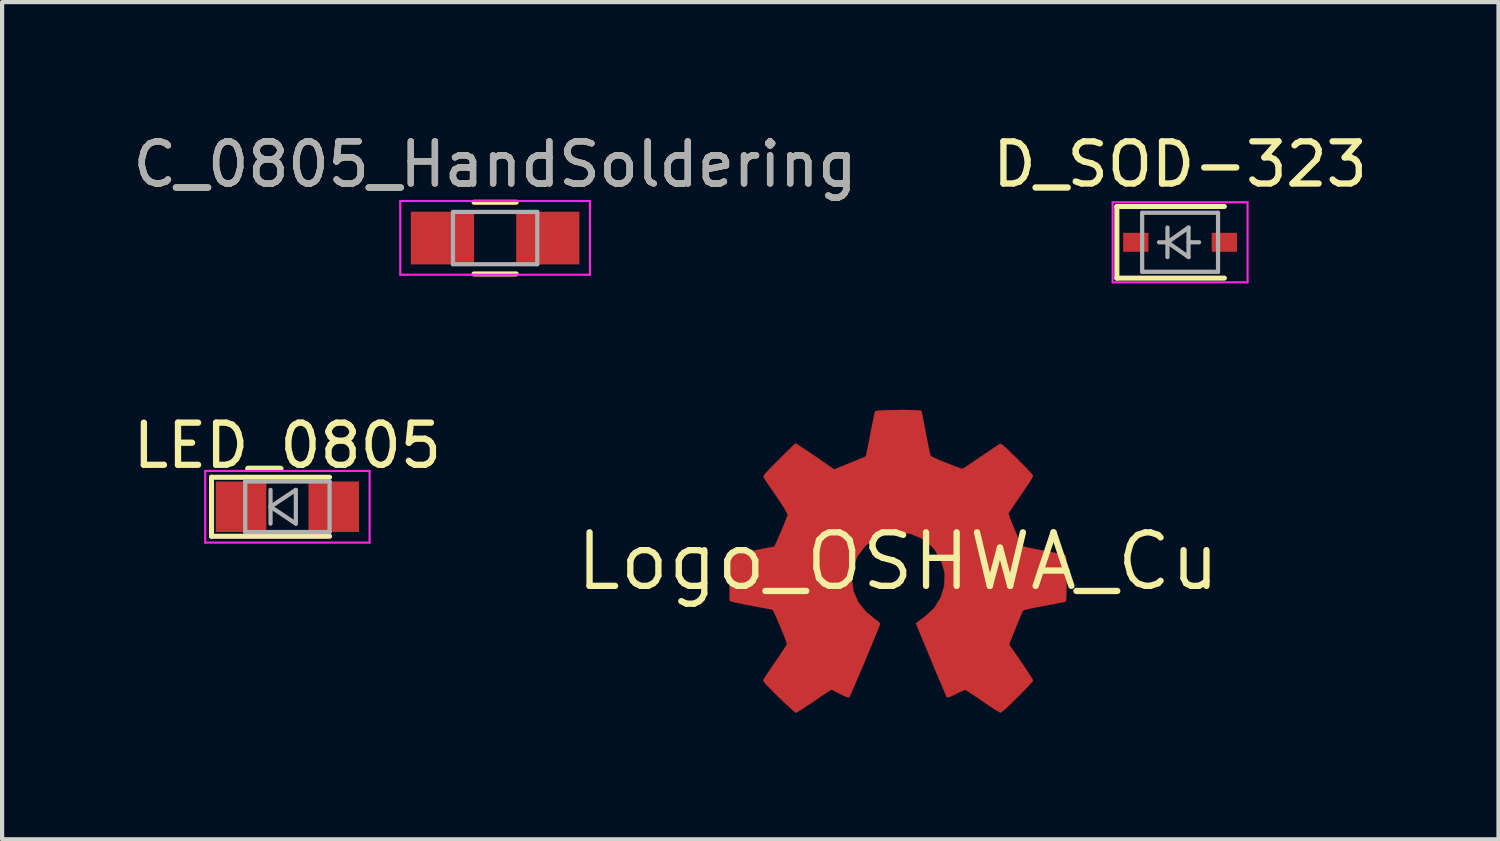
<source format=kicad_pcb>
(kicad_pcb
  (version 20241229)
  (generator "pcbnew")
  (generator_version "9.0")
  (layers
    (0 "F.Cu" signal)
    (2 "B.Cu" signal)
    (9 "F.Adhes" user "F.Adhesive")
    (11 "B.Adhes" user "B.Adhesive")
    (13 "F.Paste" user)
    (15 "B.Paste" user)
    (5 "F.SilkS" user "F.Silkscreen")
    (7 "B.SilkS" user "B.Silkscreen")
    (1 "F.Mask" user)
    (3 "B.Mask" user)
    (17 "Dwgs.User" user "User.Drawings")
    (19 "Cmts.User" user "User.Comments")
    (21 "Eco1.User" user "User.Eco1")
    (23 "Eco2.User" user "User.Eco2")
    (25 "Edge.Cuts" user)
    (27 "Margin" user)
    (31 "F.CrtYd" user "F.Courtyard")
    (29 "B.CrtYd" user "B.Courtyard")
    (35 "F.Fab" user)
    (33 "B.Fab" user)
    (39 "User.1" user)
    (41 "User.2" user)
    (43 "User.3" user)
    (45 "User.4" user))
  (footprint "C_0805_HandSoldering"
    (layer "F.Cu")
    (at 8.696 2.598)
    (property "Reference" "C_0805_HandSoldering" (at 0 -1.75 0) (layer "F.SilkS") (effects (font (size 1 1) (thickness 0.15))))
    (attr smd)
    (fp_line (start -0.5 0.85) (end 0.5 0.85) (stroke (width 0.12) (type solid)) (layer "F.SilkS"))
    (fp_line (start 0.5 -0.85) (end -0.5 -0.85) (stroke (width 0.12) (type solid)) (layer "F.SilkS"))
    (fp_line (start -2.25 -0.88) (end -2.25 0.87) (stroke (width 0.05) (type solid)) (layer "F.CrtYd"))
    (fp_line (start -2.25 -0.88) (end 2.25 -0.88) (stroke (width 0.05) (type solid)) (layer "F.CrtYd"))
    (fp_line (start 2.25 0.87) (end -2.25 0.87) (stroke (width 0.05) (type solid)) (layer "F.CrtYd"))
    (fp_line (start 2.25 0.87) (end 2.25 -0.88) (stroke (width 0.05) (type solid)) (layer "F.CrtYd"))
    (fp_line (start -1 -0.62) (end 1 -0.62) (stroke (width 0.1) (type solid)) (layer "F.Fab"))
    (fp_line (start -1 0.62) (end -1 -0.62) (stroke (width 0.1) (type solid)) (layer "F.Fab"))
    (fp_line (start 1 -0.62) (end 1 0.62) (stroke (width 0.1) (type solid)) (layer "F.Fab"))
    (fp_line (start 1 0.62) (end -1 0.62) (stroke (width 0.1) (type solid)) (layer "F.Fab"))
    (fp_text user "${REFERENCE}" (at 0 -1.75 0) (layer "F.Fab") (effects (font (size 1 1) (thickness 0.15))))
    (pad "1" smd rect (at -1.25 0) (size 1.5 1.25) (layers "F.Cu" "F.Mask" "F.Paste"))
    (pad "2" smd rect (at 1.25 0) (size 1.5 1.25) (layers "F.Cu" "F.Mask" "F.Paste")))
  (footprint "D_SOD-323"
    (layer "F.Cu")
    (at 24.946 2.698)
    (property "Reference" "D_SOD-323" (at 0 -1.85 0) (layer "F.SilkS") (effects (font (size 1 1) (thickness 0.15))))
    (attr smd)
    (fp_line (start -1.5 -0.85) (end -1.5 0.85) (stroke (width 0.12) (type solid)) (layer "F.SilkS"))
    (fp_line (start -1.5 -0.85) (end 1.05 -0.85) (stroke (width 0.12) (type solid)) (layer "F.SilkS"))
    (fp_line (start -1.5 0.85) (end 1.05 0.85) (stroke (width 0.12) (type solid)) (layer "F.SilkS"))
    (fp_line (start -1.6 -0.95) (end -1.6 0.95) (stroke (width 0.05) (type solid)) (layer "F.CrtYd"))
    (fp_line (start -1.6 -0.95) (end 1.6 -0.95) (stroke (width 0.05) (type solid)) (layer "F.CrtYd"))
    (fp_line (start -1.6 0.95) (end 1.6 0.95) (stroke (width 0.05) (type solid)) (layer "F.CrtYd"))
    (fp_line (start 1.6 -0.95) (end 1.6 0.95) (stroke (width 0.05) (type solid)) (layer "F.CrtYd"))
    (fp_line (start -0.9 -0.7) (end 0.9 -0.7) (stroke (width 0.1) (type solid)) (layer "F.Fab"))
    (fp_line (start -0.9 0.7) (end -0.9 -0.7) (stroke (width 0.1) (type solid)) (layer "F.Fab"))
    (fp_line (start -0.3 -0.35) (end -0.3 0.35) (stroke (width 0.1) (type solid)) (layer "F.Fab"))
    (fp_line (start -0.3 0) (end -0.5 0) (stroke (width 0.1) (type solid)) (layer "F.Fab"))
    (fp_line (start -0.3 0) (end 0.2 -0.35) (stroke (width 0.1) (type solid)) (layer "F.Fab"))
    (fp_line (start 0.2 -0.35) (end 0.2 0.35) (stroke (width 0.1) (type solid)) (layer "F.Fab"))
    (fp_line (start 0.2 0) (end 0.45 0) (stroke (width 0.1) (type solid)) (layer "F.Fab"))
    (fp_line (start 0.2 0.35) (end -0.3 0) (stroke (width 0.1) (type solid)) (layer "F.Fab"))
    (fp_line (start 0.9 -0.7) (end 0.9 0.7) (stroke (width 0.1) (type solid)) (layer "F.Fab"))
    (fp_line (start 0.9 0.7) (end -0.9 0.7) (stroke (width 0.1) (type solid)) (layer "F.Fab"))
    (pad "1" smd rect (at -1.05 0) (size 0.6 0.45) (layers "F.Cu" "F.Mask" "F.Paste"))
    (pad "2" smd rect (at 1.05 0) (size 0.6 0.45) (layers "F.Cu" "F.Mask" "F.Paste")))
  (footprint "LED_0805"
    (layer "F.Cu")
    (at 3.768 8.972)
    (property "Reference" "LED_0805" (at 0 -1.45 0) (layer "F.SilkS") (effects (font (size 1 1) (thickness 0.15))))
    (attr smd)
    (fp_line (start -1.8 -0.7) (end -1.8 0.7) (stroke (width 0.12) (type solid)) (layer "F.SilkS"))
    (fp_line (start -1.8 -0.7) (end 1 -0.7) (stroke (width 0.12) (type solid)) (layer "F.SilkS"))
    (fp_line (start -1.8 0.7) (end 1 0.7) (stroke (width 0.12) (type solid)) (layer "F.SilkS"))
    (fp_line (start -1.95 -0.85) (end 1.95 -0.85) (stroke (width 0.05) (type solid)) (layer "F.CrtYd"))
    (fp_line (start -1.95 0.85) (end -1.95 -0.85) (stroke (width 0.05) (type solid)) (layer "F.CrtYd"))
    (fp_line (start 1.95 -0.85) (end 1.95 0.85) (stroke (width 0.05) (type solid)) (layer "F.CrtYd"))
    (fp_line (start 1.95 0.85) (end -1.95 0.85) (stroke (width 0.05) (type solid)) (layer "F.CrtYd"))
    (fp_line (start -1 -0.6) (end 1 -0.6) (stroke (width 0.1) (type solid)) (layer "F.Fab"))
    (fp_line (start -1 0.6) (end -1 -0.6) (stroke (width 0.1) (type solid)) (layer "F.Fab"))
    (fp_line (start -0.4 -0.4) (end -0.4 0.4) (stroke (width 0.1) (type solid)) (layer "F.Fab"))
    (fp_line (start -0.4 0) (end 0.2 -0.4) (stroke (width 0.1) (type solid)) (layer "F.Fab"))
    (fp_line (start 0.2 -0.4) (end 0.2 0.4) (stroke (width 0.1) (type solid)) (layer "F.Fab"))
    (fp_line (start 0.2 0.4) (end -0.4 0) (stroke (width 0.1) (type solid)) (layer "F.Fab"))
    (fp_line (start 1 -0.6) (end 1 0.6) (stroke (width 0.1) (type solid)) (layer "F.Fab"))
    (fp_line (start 1 0.6) (end -1 0.6) (stroke (width 0.1) (type solid)) (layer "F.Fab"))
    (pad "1" smd rect (at -1.1 0 180) (size 1.2 1.2) (layers "F.Cu" "F.Mask" "F.Paste"))
    (pad "2" smd rect (at 1.1 0 180) (size 1.2 1.2) (layers "F.Cu" "F.Mask" "F.Paste")))
  (footprint "Logo_OSHWA_Cu"
    (layer "F.Cu")
    (at 18.254 10.269)
    (property "Reference" "Logo_OSHWA_Cu" (at 0 0 0) (layer "F.SilkS") (effects (font (size 1.27 1.27) (thickness 0.15))))
    (attr through_hole)
    (fp_poly (pts (xy -2.423 3.592) (xy -2.383 3.571) (xy -2.289 3.513) (xy -2.154 3.424) (xy -1.996 3.32) (xy -1.839 3.211) (xy -1.709 3.124) (xy -1.618 3.066) (xy -1.58 3.045) (xy -1.56 3.051) (xy -1.483 3.089) (xy -1.374 3.145) (xy -1.311 3.178) (xy -1.212 3.221) (xy -1.161 3.231) (xy -1.153 3.216) (xy -1.115 3.139) (xy -1.059 3.007) (xy -0.983 2.835) (xy -0.897 2.631) (xy -0.803 2.413) (xy -0.711 2.189) (xy -0.622 1.976) (xy -0.544 1.786) (xy -0.48 1.631) (xy -0.439 1.521) (xy -0.424 1.476) (xy -0.429 1.466) (xy -0.48 1.417) (xy -0.566 1.351) (xy -0.757 1.196) (xy -0.942 0.963) (xy -1.057 0.699) (xy -1.095 0.404) (xy -1.062 0.132) (xy -0.955 -0.13) (xy -0.772 -0.366) (xy -0.551 -0.541) (xy -0.292 -0.653) (xy 0 -0.688) (xy 0.279 -0.658) (xy 0.546 -0.551) (xy 0.782 -0.371) (xy 0.881 -0.257) (xy 1.019 -0.018) (xy 1.097 0.239) (xy 1.105 0.302) (xy 1.095 0.584) (xy 1.011 0.853) (xy 0.864 1.095) (xy 0.658 1.29) (xy 0.63 1.311) (xy 0.536 1.382) (xy 0.472 1.43) (xy 0.422 1.471) (xy 0.78 2.332) (xy 0.836 2.469) (xy 0.935 2.705) (xy 1.021 2.908) (xy 1.09 3.068) (xy 1.138 3.178) (xy 1.158 3.221) (xy 1.161 3.223) (xy 1.191 3.228) (xy 1.257 3.203) (xy 1.377 3.145) (xy 1.458 3.104) (xy 1.549 3.061) (xy 1.59 3.045) (xy 1.626 3.063) (xy 1.712 3.122) (xy 1.841 3.205) (xy 1.994 3.31) (xy 2.141 3.411) (xy 2.276 3.5) (xy 2.375 3.561) (xy 2.423 3.589) (xy 2.431 3.589) (xy 2.471 3.564) (xy 2.55 3.5) (xy 2.667 3.388) (xy 2.832 3.226) (xy 2.857 3.2) (xy 2.995 3.061) (xy 3.106 2.944) (xy 3.18 2.863) (xy 3.205 2.824) (xy 3.183 2.776) (xy 3.119 2.68) (xy 3.03 2.543) (xy 2.921 2.383) (xy 2.637 1.968) (xy 2.794 1.577) (xy 2.842 1.458) (xy 2.903 1.313) (xy 2.946 1.209) (xy 2.972 1.163) (xy 3.012 1.148) (xy 3.122 1.123) (xy 3.277 1.09) (xy 3.459 1.057) (xy 3.637 1.024) (xy 3.797 0.993) (xy 3.912 0.97) (xy 3.962 0.96) (xy 3.975 0.953) (xy 3.985 0.927) (xy 3.993 0.874) (xy 3.995 0.777) (xy 3.998 0.625) (xy 3.998 0.404) (xy 3.998 0.381) (xy 3.995 0.17) (xy 3.993 0.003) (xy 3.988 -0.107) (xy 3.98 -0.15) (xy 3.929 -0.163) (xy 3.818 -0.185) (xy 3.658 -0.218) (xy 3.467 -0.254) (xy 3.457 -0.257) (xy 3.266 -0.292) (xy 3.109 -0.325) (xy 2.997 -0.351) (xy 2.951 -0.366) (xy 2.941 -0.378) (xy 2.903 -0.452) (xy 2.847 -0.569) (xy 2.786 -0.714) (xy 2.723 -0.861) (xy 2.67 -0.996) (xy 2.634 -1.095) (xy 2.624 -1.14) (xy 2.652 -1.186) (xy 2.718 -1.285) (xy 2.809 -1.42) (xy 2.921 -1.582) (xy 2.929 -1.595) (xy 3.038 -1.755) (xy 3.127 -1.89) (xy 3.185 -1.986) (xy 3.205 -2.029) (xy 3.205 -2.032) (xy 3.17 -2.08) (xy 3.089 -2.169) (xy 2.972 -2.291) (xy 2.832 -2.433) (xy 2.786 -2.477) (xy 2.631 -2.629) (xy 2.525 -2.728) (xy 2.456 -2.781) (xy 2.423 -2.794) (xy 2.423 -2.791) (xy 2.375 -2.764) (xy 2.273 -2.697) (xy 2.136 -2.603) (xy 1.974 -2.494) (xy 1.963 -2.487) (xy 1.803 -2.377) (xy 1.671 -2.289) (xy 1.575 -2.225) (xy 1.534 -2.2) (xy 1.527 -2.2) (xy 1.463 -2.22) (xy 1.349 -2.258) (xy 1.209 -2.314) (xy 1.062 -2.372) (xy 0.927 -2.428) (xy 0.826 -2.477) (xy 0.777 -2.502) (xy 0.777 -2.504) (xy 0.759 -2.563) (xy 0.732 -2.682) (xy 0.699 -2.847) (xy 0.66 -3.043) (xy 0.655 -3.073) (xy 0.62 -3.264) (xy 0.589 -3.421) (xy 0.566 -3.531) (xy 0.554 -3.576) (xy 0.528 -3.581) (xy 0.434 -3.589) (xy 0.292 -3.592) (xy 0.119 -3.594) (xy -0.061 -3.592) (xy -0.236 -3.589) (xy -0.389 -3.584) (xy -0.495 -3.576) (xy -0.541 -3.566) (xy -0.544 -3.564) (xy -0.559 -3.505) (xy -0.584 -3.386) (xy -0.62 -3.221) (xy -0.658 -3.023) (xy -0.663 -2.99) (xy -0.699 -2.799) (xy -0.732 -2.644) (xy -0.754 -2.535) (xy -0.767 -2.494) (xy -0.782 -2.484) (xy -0.861 -2.451) (xy -0.988 -2.398) (xy -1.148 -2.334) (xy -1.514 -2.184) (xy -1.961 -2.494) (xy -2.004 -2.522) (xy -2.164 -2.631) (xy -2.299 -2.72) (xy -2.39 -2.779) (xy -2.428 -2.802) (xy -2.431 -2.799) (xy -2.477 -2.761) (xy -2.565 -2.677) (xy -2.687 -2.558) (xy -2.827 -2.418) (xy -2.931 -2.314) (xy -3.056 -2.187) (xy -3.134 -2.103) (xy -3.178 -2.047) (xy -3.193 -2.014) (xy -3.188 -1.994) (xy -3.16 -1.948) (xy -3.094 -1.849) (xy -3.002 -1.712) (xy -2.893 -1.554) (xy -2.802 -1.42) (xy -2.705 -1.27) (xy -2.642 -1.163) (xy -2.619 -1.11) (xy -2.624 -1.087) (xy -2.657 -1.001) (xy -2.71 -0.866) (xy -2.776 -0.709) (xy -2.934 -0.353) (xy -3.167 -0.31) (xy -3.307 -0.282) (xy -3.505 -0.244) (xy -3.693 -0.208) (xy -3.988 -0.15) (xy -3.998 0.932) (xy -3.952 0.953) (xy -3.909 0.965) (xy -3.8 0.988) (xy -3.645 1.019) (xy -3.459 1.054) (xy -3.305 1.085) (xy -3.145 1.113) (xy -3.033 1.135) (xy -2.982 1.146) (xy -2.969 1.163) (xy -2.929 1.24) (xy -2.873 1.361) (xy -2.812 1.509) (xy -2.748 1.659) (xy -2.692 1.798) (xy -2.652 1.905) (xy -2.639 1.961) (xy -2.659 2.004) (xy -2.72 2.095) (xy -2.807 2.228) (xy -2.913 2.385) (xy -3.023 2.543) (xy -3.111 2.677) (xy -3.175 2.774) (xy -3.2 2.817) (xy -3.188 2.847) (xy -3.127 2.924) (xy -3.007 3.045) (xy -2.832 3.221) (xy -2.802 3.249) (xy -2.662 3.383) (xy -2.543 3.493) (xy -2.461 3.566) (xy -2.423 3.592)) (stroke (width 0.003) (type solid)) (fill yes) (layer "F.Cu")))
  (gr_rect
    (start -3 -3)
    (end 32.5 16.861)
    (stroke (width 0.1) (type default))
    (fill no)
    (layer "Edge.Cuts")))
</source>
